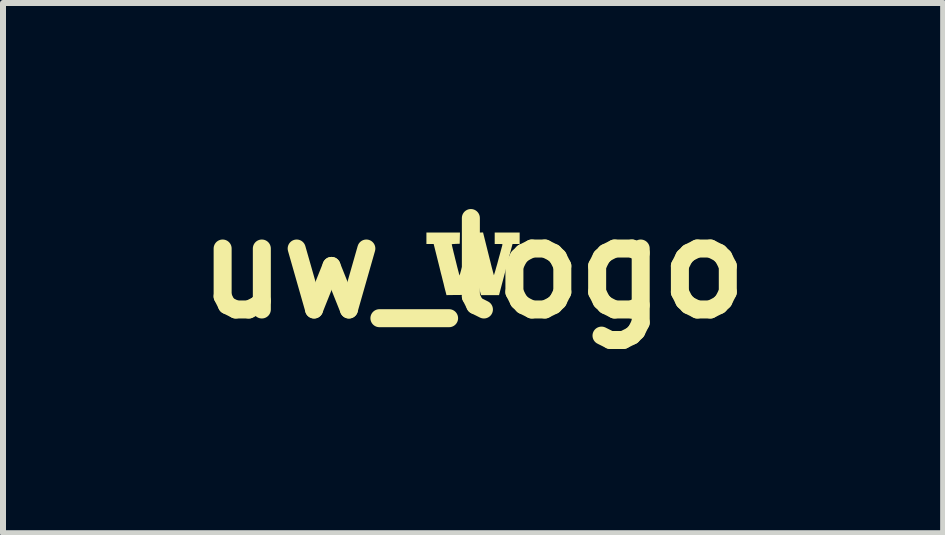
<source format=kicad_pcb>
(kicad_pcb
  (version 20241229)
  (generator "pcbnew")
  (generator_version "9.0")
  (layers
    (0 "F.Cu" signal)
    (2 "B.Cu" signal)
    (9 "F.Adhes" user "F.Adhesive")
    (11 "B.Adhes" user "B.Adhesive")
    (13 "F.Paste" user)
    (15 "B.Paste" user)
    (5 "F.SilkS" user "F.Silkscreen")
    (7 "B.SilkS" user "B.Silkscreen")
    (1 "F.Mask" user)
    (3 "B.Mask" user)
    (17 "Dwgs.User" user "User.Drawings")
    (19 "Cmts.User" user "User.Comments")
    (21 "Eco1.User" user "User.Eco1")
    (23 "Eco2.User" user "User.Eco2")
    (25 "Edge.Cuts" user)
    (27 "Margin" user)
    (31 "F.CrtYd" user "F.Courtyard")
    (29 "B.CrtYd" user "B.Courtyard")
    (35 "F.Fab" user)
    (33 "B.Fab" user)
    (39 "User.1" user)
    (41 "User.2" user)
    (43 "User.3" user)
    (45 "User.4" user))
  (footprint "uw_logo"
    (layer "F.Cu")
    (at 4.833 1.418)
    (property "Reference" "uw_logo" (at 0 0 0) (layer "F.SilkS") (effects (font (size 1.524 1.524) (thickness 0.3))))
    (attr board_only exclude_from_pos_files exclude_from_bom)
    (fp_poly (pts (xy 0.255 -0.241) (xy 0.272 -0.173) (xy 0.288 -0.11) (xy 0.302 -0.052) (xy 0.315 -0.001) (xy 0.327 0.043) (xy 0.336 0.078) (xy 0.343 0.102) (xy 0.346 0.116) (xy 0.347 0.117) (xy 0.35 0.112) (xy 0.355 0.095) (xy 0.364 0.067) (xy 0.375 0.03) (xy 0.387 -0.014) (xy 0.402 -0.065) (xy 0.417 -0.121) (xy 0.433 -0.181) (xy 0.45 -0.242) (xy 0.467 -0.305) (xy 0.484 -0.368) (xy 0.489 -0.387) (xy 0.49 -0.394) (xy 0.488 -0.399) (xy 0.48 -0.401) (xy 0.464 -0.402) (xy 0.437 -0.402) (xy 0.427 -0.402) (xy 0.361 -0.402) (xy 0.361 -0.593) (xy 0.777 -0.593) (xy 0.777 -0.402) (xy 0.658 -0.402) (xy 0.433 0.45) (xy 0.282 0.45) (xy 0.132 0.45) (xy 0.068 0.199) (xy 0.054 0.143) (xy 0.04 0.09) (xy 0.028 0.043) (xy 0.018 0.003) (xy 0.009 -0.028) (xy 0.003 -0.05) (xy 0.000416 -0.06) (xy 0.000262 -0.06) (xy -0.002 -0.055) (xy -0.008 -0.039) (xy -0.016 -0.012) (xy -0.027 0.023) (xy -0.039 0.067) (xy -0.053 0.117) (xy -0.068 0.173) (xy -0.072 0.189) (xy -0.14 0.447) (xy -0.291 0.448) (xy -0.443 0.45) (xy -0.449 0.425) (xy -0.452 0.413) (xy -0.458 0.39) (xy -0.467 0.356) (xy -0.478 0.313) (xy -0.49 0.261) (xy -0.505 0.203) (xy -0.521 0.138) (xy -0.539 0.069) (xy -0.556 -0.002) (xy -0.656 -0.402) (xy -0.777 -0.402) (xy -0.777 -0.593) (xy -0.218 -0.593) (xy -0.222 -0.406) (xy -0.288 -0.404) (xy -0.316 -0.402) (xy -0.339 -0.401) (xy -0.352 -0.398) (xy -0.355 -0.397) (xy -0.353 -0.388) (xy -0.349 -0.369) (xy -0.342 -0.339) (xy -0.333 -0.302) (xy -0.323 -0.259) (xy -0.311 -0.212) (xy -0.299 -0.162) (xy -0.286 -0.111) (xy -0.274 -0.062) (xy -0.262 -0.014) (xy -0.251 0.029) (xy -0.241 0.066) (xy -0.234 0.095) (xy -0.228 0.114) (xy -0.226 0.122) (xy -0.225 0.123) (xy -0.223 0.116) (xy -0.217 0.098) (xy -0.209 0.069) (xy -0.198 0.03) (xy -0.185 -0.017) (xy -0.17 -0.071) (xy -0.154 -0.132) (xy -0.136 -0.197) (xy -0.126 -0.234) (xy -0.031 -0.59) (xy 0.068 -0.592) (xy 0.167 -0.594)) (stroke (width 0) (type solid)) (fill yes) (layer "F.SilkS")))
  (gr_rect
    (start -3 -3)
    (end 12.667 5.836)
    (stroke (width 0.1) (type default))
    (fill no)
    (layer "Edge.Cuts")))
</source>
